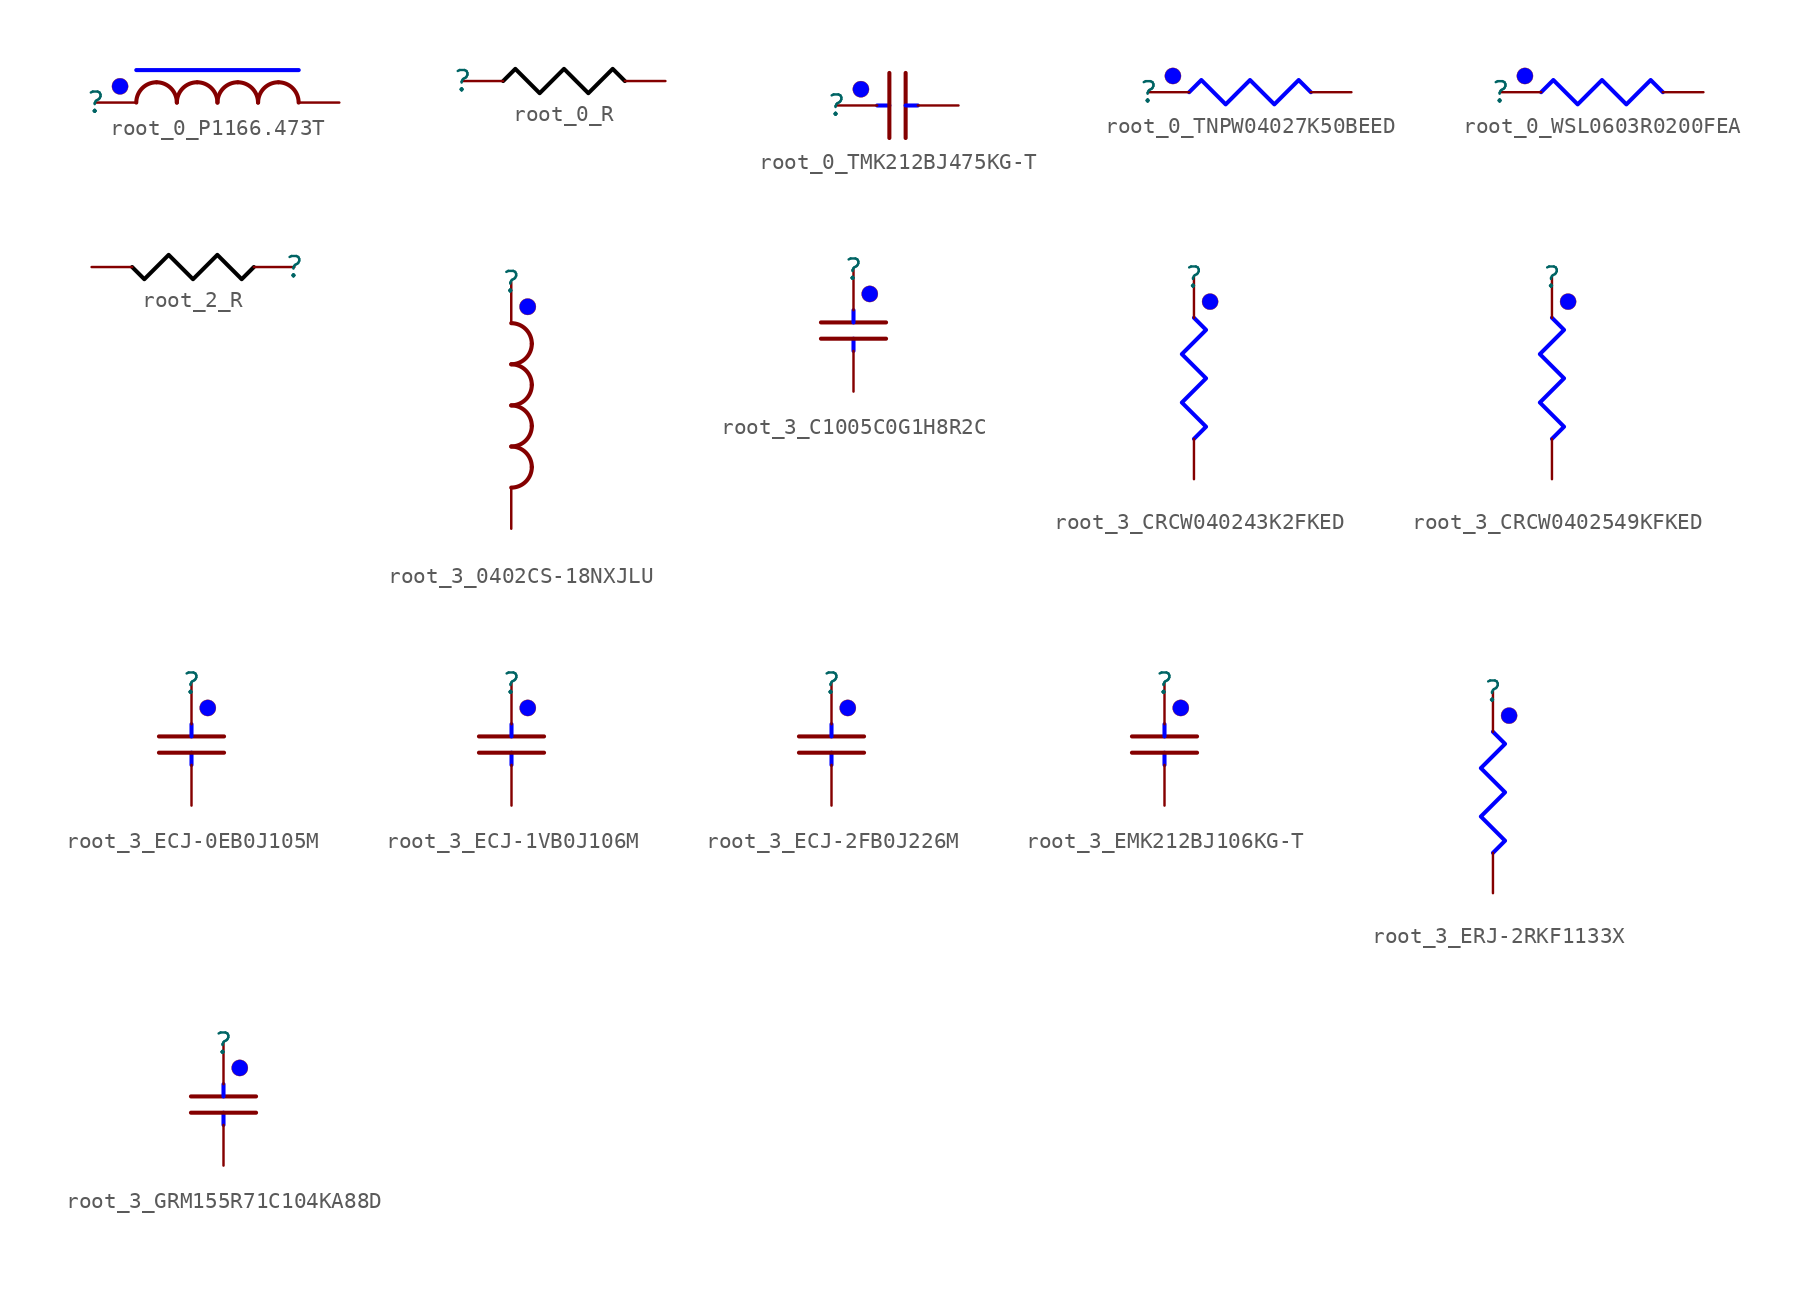
<source format=kicad_sym>
(kicad_symbol_lib
  (version 20231120)
  (generator "kicad_symbol_editor")
  (generator_version "8.0")
  (symbol "root_0_P1166.473T"
    (property "Reference" ""
      (at 0 0 0)
      (effects (font (size 1.27 1.27))))
    (property "Value" ""
      (at 0 0 0)
      (effects (font (size 1.27 1.27))))
    (symbol "root_0_P1166.473T_1_0"
      (polyline (pts (xy 2.54 2.032) (xy 12.7 2.032)) (stroke (width 0.254) (type solid) (color 0 0 255 1)) (fill (type none)))
      (circle (center 1.524 1.016) (radius 0.508) (stroke (width 0.0001) (type solid)) (fill (type color) (color 0 0 255 1)))
      (arc (start 3.81 1.27) (mid 2.912 0.898) (end 2.54 0) (stroke (width 0.254) (type solid)) (fill (type none)))
      (arc (start 5.08 0) (mid 4.708 0.898) (end 3.81 1.27) (stroke (width 0.254) (type solid)) (fill (type none)))
      (arc (start 6.35 1.27) (mid 5.452 0.898) (end 5.08 0) (stroke (width 0.254) (type solid)) (fill (type none)))
      (arc (start 7.62 0) (mid 7.248 0.898) (end 6.35 1.27) (stroke (width 0.254) (type solid)) (fill (type none)))
      (arc (start 8.89 1.27) (mid 7.992 0.898) (end 7.62 0) (stroke (width 0.254) (type solid)) (fill (type none)))
      (arc (start 10.16 0) (mid 9.788 0.898) (end 8.89 1.27) (stroke (width 0.254) (type solid)) (fill (type none)))
      (arc (start 11.43 1.27) (mid 10.532 0.898) (end 10.16 0) (stroke (width 0.254) (type solid)) (fill (type none)))
      (arc (start 12.7 0) (mid 12.328 0.898) (end 11.43 1.27) (stroke (width 0.254) (type solid)) (fill (type none)))
      (pin passive line (at 0 0 0) (length 2.54) (name "1" (effects (font (size 0 0)))) (number "1" (effects (font (size 0 0)))))
      (pin passive line (at 15.24 0 180) (length 2.54) (name "2" (effects (font (size 0 0)))) (number "2" (effects (font (size 0 0)))))))
  (symbol "root_0_R"
    (property "Reference" ""
      (at 0 0 0)
      (effects (font (size 1.27 1.27))))
    (property "Value" ""
      (at 0 0 0)
      (effects (font (size 1.27 1.27))))
    (symbol "root_0_R_1_0"
      (polyline (pts (xy 10.16 0) (xy 9.398 0.762) (xy 7.874 -0.762) (xy 6.35 0.762) (xy 4.826 -0.762) (xy 3.302 0.762) (xy 2.54 0)) (stroke (width 0.254) (type solid) (color 0 0 0 1)) (fill (type none)))
      (pin passive line (at 0 0 0) (length 2.54) (name "1" (effects (font (size 0 0)))) (number "1" (effects (font (size 0 0)))))
      (pin passive line (at 12.7 0 180) (length 2.54) (name "2" (effects (font (size 0 0)))) (number "2" (effects (font (size 0 0)))))))
  (symbol "root_0_TMK212BJ475KG-T"
    (property "Reference" ""
      (at 0 0 0)
      (effects (font (size 1.27 1.27))))
    (property "Value" ""
      (at 0 0 0)
      (effects (font (size 1.27 1.27))))
    (symbol "root_0_TMK212BJ475KG-T_1_0"
      (polyline (pts (xy 2.54 0) (xy 3.302 0)) (stroke (width 0.254) (type solid) (color 0 0 255 1)) (fill (type none)))
      (polyline (pts (xy 3.302 -2.032) (xy 3.302 2.032)) (stroke (width 0.254) (type solid)) (fill (type none)))
      (polyline (pts (xy 4.318 2.032) (xy 4.318 -2.032)) (stroke (width 0.254) (type solid)) (fill (type none)))
      (polyline (pts (xy 5.08 0) (xy 4.318 0)) (stroke (width 0.254) (type solid) (color 0 0 255 1)) (fill (type none)))
      (circle (center 1.524 1.016) (radius 0.508) (stroke (width 0.0001) (type solid)) (fill (type color) (color 0 0 255 1)))
      (pin passive line (at 0 0 0) (length 2.54) (name "1" (effects (font (size 0 0)))) (number "1" (effects (font (size 0 0)))))
      (pin passive line (at 7.62 0 180) (length 2.54) (name "2" (effects (font (size 0 0)))) (number "2" (effects (font (size 0 0)))))))
  (symbol "root_0_TNPW04027K50BEED"
    (property "Reference" ""
      (at 0 0 0)
      (effects (font (size 1.27 1.27))))
    (property "Value" ""
      (at 0 0 0)
      (effects (font (size 1.27 1.27))))
    (symbol "root_0_TNPW04027K50BEED_1_0"
      (polyline (pts (xy 10.16 0) (xy 9.398 0.762) (xy 7.874 -0.762) (xy 6.35 0.762) (xy 4.826 -0.762) (xy 3.302 0.762) (xy 2.54 0)) (stroke (width 0.254) (type solid) (color 0 0 255 1)) (fill (type none)))
      (circle (center 1.524 1.016) (radius 0.508) (stroke (width 0.0001) (type solid)) (fill (type color) (color 0 0 255 1)))
      (pin passive line (at 0 0 0) (length 2.54) (name "1" (effects (font (size 0 0)))) (number "1" (effects (font (size 0 0)))))
      (pin passive line (at 12.7 0 180) (length 2.54) (name "2" (effects (font (size 0 0)))) (number "2" (effects (font (size 0 0)))))))
  (symbol "root_0_WSL0603R0200FEA"
    (property "Reference" ""
      (at 0 0 0)
      (effects (font (size 1.27 1.27))))
    (property "Value" ""
      (at 0 0 0)
      (effects (font (size 1.27 1.27))))
    (symbol "root_0_WSL0603R0200FEA_1_0"
      (polyline (pts (xy 10.16 0) (xy 9.398 0.762) (xy 7.874 -0.762) (xy 6.35 0.762) (xy 4.826 -0.762) (xy 3.302 0.762) (xy 2.54 0)) (stroke (width 0.254) (type solid) (color 0 0 255 1)) (fill (type none)))
      (circle (center 1.524 1.016) (radius 0.508) (stroke (width 0.0001) (type solid)) (fill (type color) (color 0 0 255 1)))
      (pin passive line (at 0 0 0) (length 2.54) (name "1" (effects (font (size 0 0)))) (number "1" (effects (font (size 0 0)))))
      (pin passive line (at 12.7 0 180) (length 2.54) (name "2" (effects (font (size 0 0)))) (number "2" (effects (font (size 0 0)))))))
  (symbol "root_2_R"
    (property "Reference" ""
      (at 0 0 0)
      (effects (font (size 1.27 1.27))))
    (property "Value" ""
      (at 0 0 0)
      (effects (font (size 1.27 1.27))))
    (symbol "root_2_R_1_0"
      (polyline (pts (xy -10.16 0) (xy -9.398 -0.762) (xy -7.874 0.762) (xy -6.35 -0.762) (xy -4.826 0.762) (xy -3.302 -0.762) (xy -2.54 0)) (stroke (width 0.254) (type solid) (color 0 0 0 1)) (fill (type none)))
      (pin passive line (at 0 0 180) (length 2.54) (name "1" (effects (font (size 0 0)))) (number "1" (effects (font (size 0 0)))))
      (pin passive line (at -12.7 0 0) (length 2.54) (name "2" (effects (font (size 0 0)))) (number "2" (effects (font (size 0 0)))))))
  (symbol "root_3_0402CS-18NXJLU"
    (property "Reference" ""
      (at 0 0 0)
      (effects (font (size 1.27 1.27))))
    (property "Value" ""
      (at 0 0 0)
      (effects (font (size 1.27 1.27))))
    (symbol "root_3_0402CS-18NXJLU_1_0"
      (arc (start 0 -12.7) (mid 0.898 -12.328) (end 1.27 -11.43) (stroke (width 0.254) (type solid)) (fill (type none)))
      (arc (start 0 -10.16) (mid 0.898 -9.788) (end 1.27 -8.89) (stroke (width 0.254) (type solid)) (fill (type none)))
      (arc (start 0 -7.62) (mid 0.898 -7.248) (end 1.27 -6.35) (stroke (width 0.254) (type solid)) (fill (type none)))
      (arc (start 0 -5.08) (mid 0.898 -4.708) (end 1.27 -3.81) (stroke (width 0.254) (type solid)) (fill (type none)))
      (circle (center 1.016 -1.524) (radius 0.508) (stroke (width 0.0001) (type solid)) (fill (type color) (color 0 0 255 1)))
      (arc (start 1.27 -11.43) (mid 0.898 -10.532) (end 0 -10.16) (stroke (width 0.254) (type solid)) (fill (type none)))
      (arc (start 1.27 -8.89) (mid 0.898 -7.992) (end 0 -7.62) (stroke (width 0.254) (type solid)) (fill (type none)))
      (arc (start 1.27 -6.35) (mid 0.898 -5.452) (end 0 -5.08) (stroke (width 0.254) (type solid)) (fill (type none)))
      (arc (start 1.27 -3.81) (mid 0.898 -2.912) (end 0 -2.54) (stroke (width 0.254) (type solid)) (fill (type none)))
      (pin passive line (at 0 0 270) (length 2.54) (name "1" (effects (font (size 0 0)))) (number "1" (effects (font (size 0 0)))))
      (pin passive line (at 0 -15.24 90) (length 2.54) (name "2" (effects (font (size 0 0)))) (number "2" (effects (font (size 0 0)))))))
  (symbol "root_3_C1005C0G1H8R2C"
    (property "Reference" ""
      (at 0 0 0)
      (effects (font (size 1.27 1.27))))
    (property "Value" ""
      (at 0 0 0)
      (effects (font (size 1.27 1.27))))
    (symbol "root_3_C1005C0G1H8R2C_1_0"
      (polyline (pts (xy -2.032 -3.302) (xy 2.032 -3.302)) (stroke (width 0.254) (type solid)) (fill (type none)))
      (polyline (pts (xy 0 -5.08) (xy 0 -4.318)) (stroke (width 0.254) (type solid) (color 0 0 255 1)) (fill (type none)))
      (polyline (pts (xy 0 -2.54) (xy 0 -3.302)) (stroke (width 0.254) (type solid) (color 0 0 255 1)) (fill (type none)))
      (polyline (pts (xy 2.032 -4.318) (xy -2.032 -4.318)) (stroke (width 0.254) (type solid)) (fill (type none)))
      (circle (center 1.016 -1.524) (radius 0.508) (stroke (width 0.0001) (type solid)) (fill (type color) (color 0 0 255 1)))
      (pin passive line (at 0 0 270) (length 2.54) (name "1" (effects (font (size 0 0)))) (number "1" (effects (font (size 0 0)))))
      (pin passive line (at 0 -7.62 90) (length 2.54) (name "2" (effects (font (size 0 0)))) (number "2" (effects (font (size 0 0)))))))
  (symbol "root_3_CRCW040243K2FKED"
    (property "Reference" ""
      (at 0 0 0)
      (effects (font (size 1.27 1.27))))
    (property "Value" ""
      (at 0 0 0)
      (effects (font (size 1.27 1.27))))
    (symbol "root_3_CRCW040243K2FKED_1_0"
      (polyline (pts (xy 0 -10.16) (xy 0.762 -9.398) (xy -0.762 -7.874) (xy 0.762 -6.35) (xy -0.762 -4.826) (xy 0.762 -3.302) (xy 0 -2.54)) (stroke (width 0.254) (type solid) (color 0 0 255 1)) (fill (type none)))
      (circle (center 1.016 -1.524) (radius 0.508) (stroke (width 0.0001) (type solid)) (fill (type color) (color 0 0 255 1)))
      (pin passive line (at 0 0 270) (length 2.54) (name "1" (effects (font (size 0 0)))) (number "1" (effects (font (size 0 0)))))
      (pin passive line (at 0 -12.7 90) (length 2.54) (name "2" (effects (font (size 0 0)))) (number "2" (effects (font (size 0 0)))))))
  (symbol "root_3_CRCW0402549KFKED"
    (property "Reference" ""
      (at 0 0 0)
      (effects (font (size 1.27 1.27))))
    (property "Value" ""
      (at 0 0 0)
      (effects (font (size 1.27 1.27))))
    (symbol "root_3_CRCW0402549KFKED_1_0"
      (polyline (pts (xy 0 -10.16) (xy 0.762 -9.398) (xy -0.762 -7.874) (xy 0.762 -6.35) (xy -0.762 -4.826) (xy 0.762 -3.302) (xy 0 -2.54)) (stroke (width 0.254) (type solid) (color 0 0 255 1)) (fill (type none)))
      (circle (center 1.016 -1.524) (radius 0.508) (stroke (width 0.0001) (type solid)) (fill (type color) (color 0 0 255 1)))
      (pin passive line (at 0 0 270) (length 2.54) (name "1" (effects (font (size 0 0)))) (number "1" (effects (font (size 0 0)))))
      (pin passive line (at 0 -12.7 90) (length 2.54) (name "2" (effects (font (size 0 0)))) (number "2" (effects (font (size 0 0)))))))
  (symbol "root_3_ECJ-0EB0J105M"
    (property "Reference" ""
      (at 0 0 0)
      (effects (font (size 1.27 1.27))))
    (property "Value" ""
      (at 0 0 0)
      (effects (font (size 1.27 1.27))))
    (symbol "root_3_ECJ-0EB0J105M_1_0"
      (polyline (pts (xy -2.032 -3.302) (xy 2.032 -3.302)) (stroke (width 0.254) (type solid)) (fill (type none)))
      (polyline (pts (xy 0 -5.08) (xy 0 -4.318)) (stroke (width 0.254) (type solid) (color 0 0 255 1)) (fill (type none)))
      (polyline (pts (xy 0 -2.54) (xy 0 -3.302)) (stroke (width 0.254) (type solid) (color 0 0 255 1)) (fill (type none)))
      (polyline (pts (xy 2.032 -4.318) (xy -2.032 -4.318)) (stroke (width 0.254) (type solid)) (fill (type none)))
      (circle (center 1.016 -1.524) (radius 0.508) (stroke (width 0.0001) (type solid)) (fill (type color) (color 0 0 255 1)))
      (pin passive line (at 0 0 270) (length 2.54) (name "1" (effects (font (size 0 0)))) (number "1" (effects (font (size 0 0)))))
      (pin passive line (at 0 -7.62 90) (length 2.54) (name "2" (effects (font (size 0 0)))) (number "2" (effects (font (size 0 0)))))))
  (symbol "root_3_ECJ-1VB0J106M"
    (property "Reference" ""
      (at 0 0 0)
      (effects (font (size 1.27 1.27))))
    (property "Value" ""
      (at 0 0 0)
      (effects (font (size 1.27 1.27))))
    (symbol "root_3_ECJ-1VB0J106M_1_0"
      (polyline (pts (xy -2.032 -3.302) (xy 2.032 -3.302)) (stroke (width 0.254) (type solid)) (fill (type none)))
      (polyline (pts (xy 0 -5.08) (xy 0 -4.318)) (stroke (width 0.254) (type solid) (color 0 0 255 1)) (fill (type none)))
      (polyline (pts (xy 0 -2.54) (xy 0 -3.302)) (stroke (width 0.254) (type solid) (color 0 0 255 1)) (fill (type none)))
      (polyline (pts (xy 2.032 -4.318) (xy -2.032 -4.318)) (stroke (width 0.254) (type solid)) (fill (type none)))
      (circle (center 1.016 -1.524) (radius 0.508) (stroke (width 0.0001) (type solid)) (fill (type color) (color 0 0 255 1)))
      (pin passive line (at 0 0 270) (length 2.54) (name "1" (effects (font (size 0 0)))) (number "1" (effects (font (size 0 0)))))
      (pin passive line (at 0 -7.62 90) (length 2.54) (name "2" (effects (font (size 0 0)))) (number "2" (effects (font (size 0 0)))))))
  (symbol "root_3_ECJ-2FB0J226M"
    (property "Reference" ""
      (at 0 0 0)
      (effects (font (size 1.27 1.27))))
    (property "Value" ""
      (at 0 0 0)
      (effects (font (size 1.27 1.27))))
    (symbol "root_3_ECJ-2FB0J226M_1_0"
      (polyline (pts (xy -2.032 -3.302) (xy 2.032 -3.302)) (stroke (width 0.254) (type solid)) (fill (type none)))
      (polyline (pts (xy 0 -5.08) (xy 0 -4.318)) (stroke (width 0.254) (type solid) (color 0 0 255 1)) (fill (type none)))
      (polyline (pts (xy 0 -2.54) (xy 0 -3.302)) (stroke (width 0.254) (type solid) (color 0 0 255 1)) (fill (type none)))
      (polyline (pts (xy 2.032 -4.318) (xy -2.032 -4.318)) (stroke (width 0.254) (type solid)) (fill (type none)))
      (circle (center 1.016 -1.524) (radius 0.508) (stroke (width 0.0001) (type solid)) (fill (type color) (color 0 0 255 1)))
      (pin passive line (at 0 0 270) (length 2.54) (name "1" (effects (font (size 0 0)))) (number "1" (effects (font (size 0 0)))))
      (pin passive line (at 0 -7.62 90) (length 2.54) (name "2" (effects (font (size 0 0)))) (number "2" (effects (font (size 0 0)))))))
  (symbol "root_3_EMK212BJ106KG-T"
    (property "Reference" ""
      (at 0 0 0)
      (effects (font (size 1.27 1.27))))
    (property "Value" ""
      (at 0 0 0)
      (effects (font (size 1.27 1.27))))
    (symbol "root_3_EMK212BJ106KG-T_1_0"
      (polyline (pts (xy -2.032 -3.302) (xy 2.032 -3.302)) (stroke (width 0.254) (type solid)) (fill (type none)))
      (polyline (pts (xy 0 -5.08) (xy 0 -4.318)) (stroke (width 0.254) (type solid) (color 0 0 255 1)) (fill (type none)))
      (polyline (pts (xy 0 -2.54) (xy 0 -3.302)) (stroke (width 0.254) (type solid) (color 0 0 255 1)) (fill (type none)))
      (polyline (pts (xy 2.032 -4.318) (xy -2.032 -4.318)) (stroke (width 0.254) (type solid)) (fill (type none)))
      (circle (center 1.016 -1.524) (radius 0.508) (stroke (width 0.0001) (type solid)) (fill (type color) (color 0 0 255 1)))
      (pin passive line (at 0 0 270) (length 2.54) (name "1" (effects (font (size 0 0)))) (number "1" (effects (font (size 0 0)))))
      (pin passive line (at 0 -7.62 90) (length 2.54) (name "2" (effects (font (size 0 0)))) (number "2" (effects (font (size 0 0)))))))
  (symbol "root_3_ERJ-2RKF1133X"
    (property "Reference" ""
      (at 0 0 0)
      (effects (font (size 1.27 1.27))))
    (property "Value" ""
      (at 0 0 0)
      (effects (font (size 1.27 1.27))))
    (symbol "root_3_ERJ-2RKF1133X_1_0"
      (polyline (pts (xy 0 -10.16) (xy 0.762 -9.398) (xy -0.762 -7.874) (xy 0.762 -6.35) (xy -0.762 -4.826) (xy 0.762 -3.302) (xy 0 -2.54)) (stroke (width 0.254) (type solid) (color 0 0 255 1)) (fill (type none)))
      (circle (center 1.016 -1.524) (radius 0.508) (stroke (width 0.0001) (type solid)) (fill (type color) (color 0 0 255 1)))
      (pin passive line (at 0 0 270) (length 2.54) (name "1" (effects (font (size 0 0)))) (number "1" (effects (font (size 0 0)))))
      (pin passive line (at 0 -12.7 90) (length 2.54) (name "2" (effects (font (size 0 0)))) (number "2" (effects (font (size 0 0)))))))
  (symbol "root_3_GRM155R71C104KA88D"
    (property "Reference" ""
      (at 0 0 0)
      (effects (font (size 1.27 1.27))))
    (property "Value" ""
      (at 0 0 0)
      (effects (font (size 1.27 1.27))))
    (symbol "root_3_GRM155R71C104KA88D_1_0"
      (polyline (pts (xy -2.032 -3.302) (xy 2.032 -3.302)) (stroke (width 0.254) (type solid)) (fill (type none)))
      (polyline (pts (xy 0 -5.08) (xy 0 -4.318)) (stroke (width 0.254) (type solid) (color 0 0 255 1)) (fill (type none)))
      (polyline (pts (xy 0 -2.54) (xy 0 -3.302)) (stroke (width 0.254) (type solid) (color 0 0 255 1)) (fill (type none)))
      (polyline (pts (xy 2.032 -4.318) (xy -2.032 -4.318)) (stroke (width 0.254) (type solid)) (fill (type none)))
      (circle (center 1.016 -1.524) (radius 0.508) (stroke (width 0.0001) (type solid)) (fill (type color) (color 0 0 255 1)))
      (pin passive line (at 0 0 270) (length 2.54) (name "1" (effects (font (size 0 0)))) (number "1" (effects (font (size 0 0)))))
      (pin passive line (at 0 -7.62 90) (length 2.54) (name "2" (effects (font (size 0 0)))) (number "2" (effects (font (size 0 0))))))))
</source>
